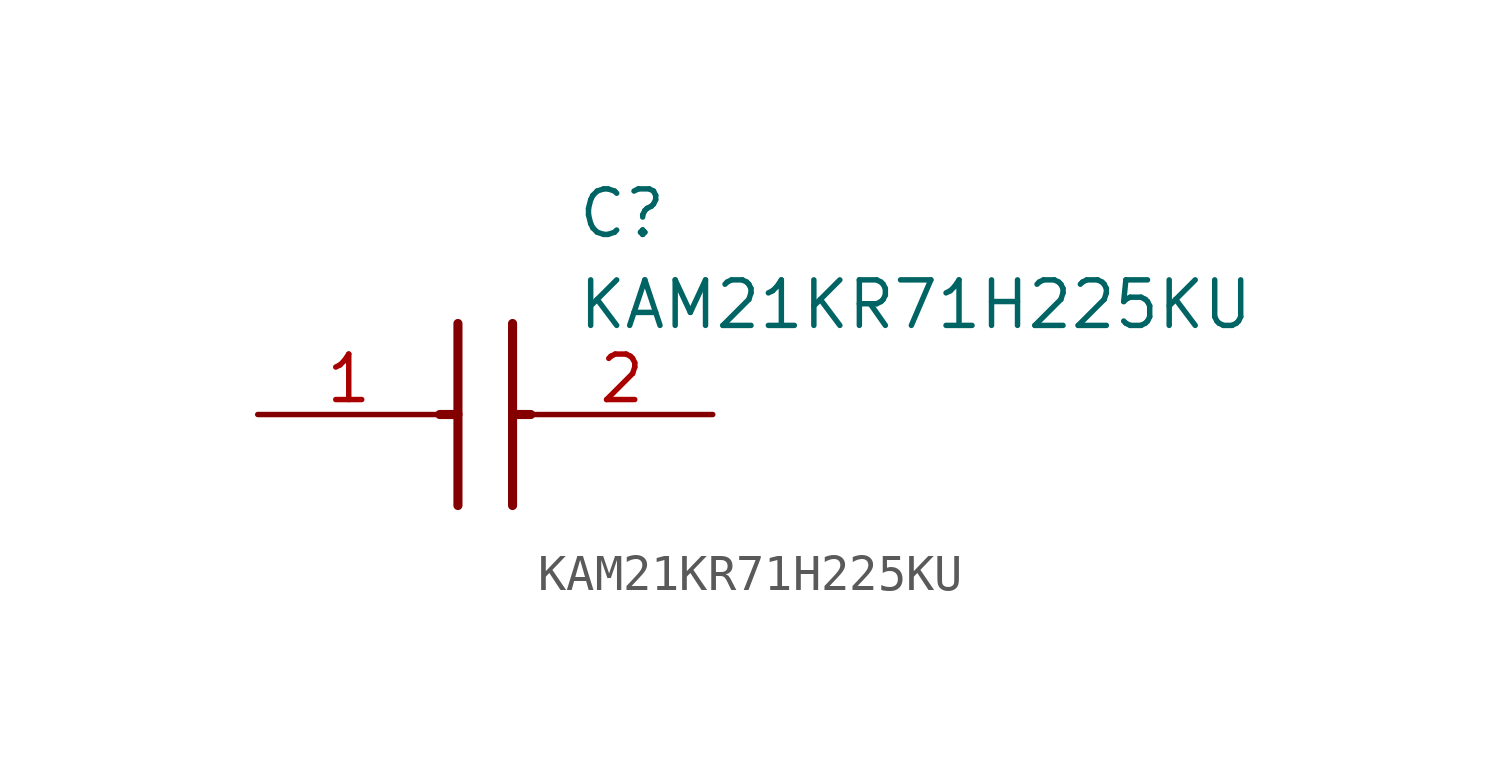
<source format=kicad_sym>
(kicad_symbol_lib
  (version 20211014)
  (generator SamacSys_ECAD_Model)
  (symbol "KAM21KR71H225KU"
    (pin_names hide)
    (property "Reference" "C"
      (at 8.89 6.35 0)
      (effects (font (size 1.27 1.27)) (justify left top)))
    (property "Value" "KAM21KR71H225KU"
      (at 8.89 3.81 0)
      (effects (font (size 1.27 1.27)) (justify left top)))
    (polyline
      (pts (xy 5.588 2.54) (xy 5.588 -2.54))
      (stroke (width 0.254) (type default))
      (fill (type none)))
    (polyline
      (pts (xy 7.112 2.54) (xy 7.112 -2.54))
      (stroke (width 0.254) (type default))
      (fill (type none)))
    (polyline
      (pts (xy 5.08 0) (xy 5.588 0))
      (stroke (width 0.254) (type default))
      (fill (type none)))
    (polyline
      (pts (xy 7.112 0) (xy 7.62 0))
      (stroke (width 0.254) (type default))
      (fill (type none)))
    (pin passive line
      (at 0 0 0)
      (length 5.08)
      (name "1" (effects (font (size 1.27 1.27))))
      (number "1" (effects (font (size 1.27 1.27)))))
    (pin passive line
      (at 12.7 0 180)
      (length 5.08)
      (name "2" (effects (font (size 1.27 1.27))))
      (number "2" (effects (font (size 1.27 1.27)))))))
</source>
